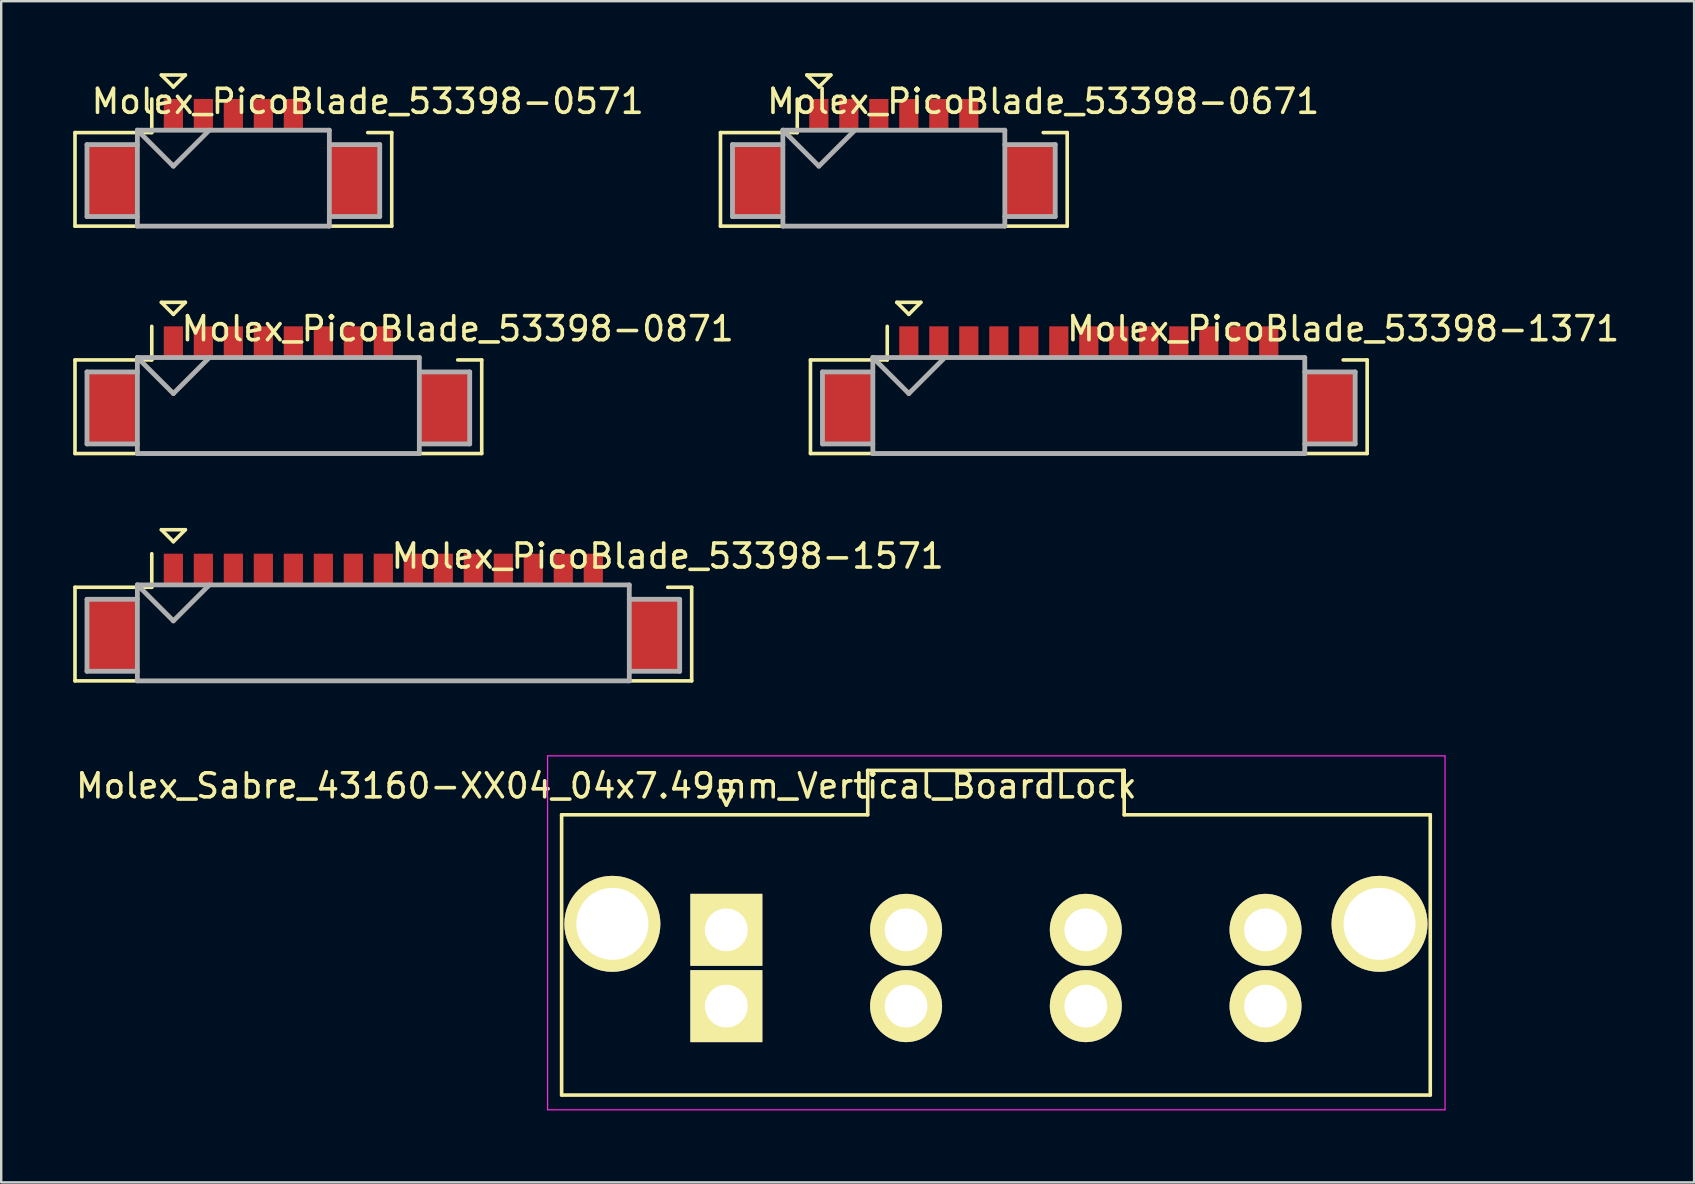
<source format=kicad_pcb>
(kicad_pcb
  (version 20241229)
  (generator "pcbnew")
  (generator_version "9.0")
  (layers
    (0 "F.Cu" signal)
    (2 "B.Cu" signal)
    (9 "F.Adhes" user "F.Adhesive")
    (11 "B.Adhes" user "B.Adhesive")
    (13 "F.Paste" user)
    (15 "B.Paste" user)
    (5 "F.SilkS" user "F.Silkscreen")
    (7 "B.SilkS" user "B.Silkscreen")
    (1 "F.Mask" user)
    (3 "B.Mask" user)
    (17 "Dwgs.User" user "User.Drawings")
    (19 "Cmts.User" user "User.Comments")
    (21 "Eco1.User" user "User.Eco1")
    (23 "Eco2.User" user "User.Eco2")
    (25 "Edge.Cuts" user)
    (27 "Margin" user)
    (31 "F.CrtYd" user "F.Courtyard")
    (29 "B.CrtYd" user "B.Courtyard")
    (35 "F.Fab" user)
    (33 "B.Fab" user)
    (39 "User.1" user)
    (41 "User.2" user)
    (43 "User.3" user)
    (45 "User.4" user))
  (footprint "Molex_PicoBlade_53398-0871"
    (layer "F.Cu")
    (at 8.55 13.95)
    (property "Reference" "Molex_PicoBlade_53398-0871" (at 7.475 -3.3 0) (layer "F.SilkS") (effects (font (size 1 1) (thickness 0.15))))
    (attr smd)
    (fp_line (start -8.475 -2) (end -8.475 1.9) (stroke (width 0.15) (type solid)) (layer "F.SilkS"))
    (fp_line (start -8.475 1.9) (end 8.475 1.9) (stroke (width 0.15) (type solid)) (layer "F.SilkS"))
    (fp_line (start -5.275 -3.4) (end -5.275 -2) (stroke (width 0.15) (type solid)) (layer "F.SilkS"))
    (fp_line (start -5.275 -2) (end -8.475 -2) (stroke (width 0.15) (type solid)) (layer "F.SilkS"))
    (fp_line (start -4.875 -4.4) (end -3.875 -4.4) (stroke (width 0.15) (type solid)) (layer "F.SilkS"))
    (fp_line (start -4.375 -3.9) (end -4.875 -4.4) (stroke (width 0.15) (type solid)) (layer "F.SilkS"))
    (fp_line (start -3.875 -4.4) (end -4.375 -3.9) (stroke (width 0.15) (type solid)) (layer "F.SilkS"))
    (fp_line (start 8.475 -2) (end 7.475 -2) (stroke (width 0.15) (type solid)) (layer "F.SilkS"))
    (fp_line (start 8.475 1.9) (end 8.475 -2) (stroke (width 0.15) (type solid)) (layer "F.SilkS"))
    (fp_line (start -7.975 -1.5) (end -7.975 1.5) (stroke (width 0.2) (type solid)) (layer "F.Fab"))
    (fp_line (start -7.975 1.5) (end -5.875 1.5) (stroke (width 0.2) (type solid)) (layer "F.Fab"))
    (fp_line (start -5.875 -2.1) (end -5.875 1.9) (stroke (width 0.2) (type solid)) (layer "F.Fab"))
    (fp_line (start -5.875 -2.1) (end -4.375 -0.6) (stroke (width 0.2) (type solid)) (layer "F.Fab"))
    (fp_line (start -5.875 -1.5) (end -7.975 -1.5) (stroke (width 0.2) (type solid)) (layer "F.Fab"))
    (fp_line (start -5.875 1.9) (end 5.875 1.9) (stroke (width 0.2) (type solid)) (layer "F.Fab"))
    (fp_line (start -4.375 -0.6) (end -2.875 -2.1) (stroke (width 0.2) (type solid)) (layer "F.Fab"))
    (fp_line (start 5.875 -2.1) (end -5.875 -2.1) (stroke (width 0.2) (type solid)) (layer "F.Fab"))
    (fp_line (start 5.875 -1.5) (end 7.975 -1.5) (stroke (width 0.2) (type solid)) (layer "F.Fab"))
    (fp_line (start 5.875 1.9) (end 5.875 -2.1) (stroke (width 0.2) (type solid)) (layer "F.Fab"))
    (fp_line (start 7.975 -1.5) (end 7.975 1.5) (stroke (width 0.2) (type solid)) (layer "F.Fab"))
    (fp_line (start 7.975 1.5) (end 5.875 1.5) (stroke (width 0.2) (type solid)) (layer "F.Fab"))
    (pad "" smd rect (at -6.925 0) (size 2.1 3) (layers "F.Cu" "F.Mask" "F.Paste"))
    (pad "" smd rect (at 6.925 0) (size 2.1 3) (layers "F.Cu" "F.Mask" "F.Paste"))
    (pad "1" smd rect (at -4.375 -2.75) (size 0.8 1.3) (layers "F.Cu" "F.Mask" "F.Paste"))
    (pad "2" smd rect (at -3.125 -2.75) (size 0.8 1.3) (layers "F.Cu" "F.Mask" "F.Paste"))
    (pad "3" smd rect (at -1.875 -2.75) (size 0.8 1.3) (layers "F.Cu" "F.Mask" "F.Paste"))
    (pad "4" smd rect (at -0.625 -2.75) (size 0.8 1.3) (layers "F.Cu" "F.Mask" "F.Paste"))
    (pad "5" smd rect (at 0.625 -2.75) (size 0.8 1.3) (layers "F.Cu" "F.Mask" "F.Paste"))
    (pad "6" smd rect (at 1.875 -2.75) (size 0.8 1.3) (layers "F.Cu" "F.Mask" "F.Paste"))
    (pad "7" smd rect (at 3.125 -2.75) (size 0.8 1.3) (layers "F.Cu" "F.Mask" "F.Paste"))
    (pad "8" smd rect (at 4.375 -2.75) (size 0.8 1.3) (layers "F.Cu" "F.Mask" "F.Paste")))
  (footprint "Molex_PicoBlade_53398-1371"
    (layer "F.Cu")
    (at 42.325 13.95)
    (property "Reference" "Molex_PicoBlade_53398-1371" (at 10.6 -3.3 0) (layer "F.SilkS") (effects (font (size 1 1) (thickness 0.15))))
    (attr smd)
    (fp_line (start -11.6 -2) (end -11.6 1.9) (stroke (width 0.15) (type solid)) (layer "F.SilkS"))
    (fp_line (start -11.6 1.9) (end 11.6 1.9) (stroke (width 0.15) (type solid)) (layer "F.SilkS"))
    (fp_line (start -8.4 -3.4) (end -8.4 -2) (stroke (width 0.15) (type solid)) (layer "F.SilkS"))
    (fp_line (start -8.4 -2) (end -11.6 -2) (stroke (width 0.15) (type solid)) (layer "F.SilkS"))
    (fp_line (start -8 -4.4) (end -7 -4.4) (stroke (width 0.15) (type solid)) (layer "F.SilkS"))
    (fp_line (start -7.5 -3.9) (end -8 -4.4) (stroke (width 0.15) (type solid)) (layer "F.SilkS"))
    (fp_line (start -7 -4.4) (end -7.5 -3.9) (stroke (width 0.15) (type solid)) (layer "F.SilkS"))
    (fp_line (start 11.6 -2) (end 10.6 -2) (stroke (width 0.15) (type solid)) (layer "F.SilkS"))
    (fp_line (start 11.6 1.9) (end 11.6 -2) (stroke (width 0.15) (type solid)) (layer "F.SilkS"))
    (fp_line (start -11.1 -1.5) (end -11.1 1.5) (stroke (width 0.2) (type solid)) (layer "F.Fab"))
    (fp_line (start -11.1 1.5) (end -9 1.5) (stroke (width 0.2) (type solid)) (layer "F.Fab"))
    (fp_line (start -9 -2.1) (end -9 1.9) (stroke (width 0.2) (type solid)) (layer "F.Fab"))
    (fp_line (start -9 -2.1) (end -7.5 -0.6) (stroke (width 0.2) (type solid)) (layer "F.Fab"))
    (fp_line (start -9 -1.5) (end -11.1 -1.5) (stroke (width 0.2) (type solid)) (layer "F.Fab"))
    (fp_line (start -9 1.9) (end 9 1.9) (stroke (width 0.2) (type solid)) (layer "F.Fab"))
    (fp_line (start -7.5 -0.6) (end -6 -2.1) (stroke (width 0.2) (type solid)) (layer "F.Fab"))
    (fp_line (start 9 -2.1) (end -9 -2.1) (stroke (width 0.2) (type solid)) (layer "F.Fab"))
    (fp_line (start 9 -1.5) (end 11.1 -1.5) (stroke (width 0.2) (type solid)) (layer "F.Fab"))
    (fp_line (start 9 1.9) (end 9 -2.1) (stroke (width 0.2) (type solid)) (layer "F.Fab"))
    (fp_line (start 11.1 -1.5) (end 11.1 1.5) (stroke (width 0.2) (type solid)) (layer "F.Fab"))
    (fp_line (start 11.1 1.5) (end 9 1.5) (stroke (width 0.2) (type solid)) (layer "F.Fab"))
    (pad "" smd rect (at -10.05 0) (size 2.1 3) (layers "F.Cu" "F.Mask" "F.Paste"))
    (pad "" smd rect (at 10.05 0) (size 2.1 3) (layers "F.Cu" "F.Mask" "F.Paste"))
    (pad "1" smd rect (at -7.5 -2.75) (size 0.8 1.3) (layers "F.Cu" "F.Mask" "F.Paste"))
    (pad "2" smd rect (at -6.25 -2.75) (size 0.8 1.3) (layers "F.Cu" "F.Mask" "F.Paste"))
    (pad "3" smd rect (at -5 -2.75) (size 0.8 1.3) (layers "F.Cu" "F.Mask" "F.Paste"))
    (pad "4" smd rect (at -3.75 -2.75) (size 0.8 1.3) (layers "F.Cu" "F.Mask" "F.Paste"))
    (pad "5" smd rect (at -2.5 -2.75) (size 0.8 1.3) (layers "F.Cu" "F.Mask" "F.Paste"))
    (pad "6" smd rect (at -1.25 -2.75) (size 0.8 1.3) (layers "F.Cu" "F.Mask" "F.Paste"))
    (pad "7" smd rect (at 0 -2.75) (size 0.8 1.3) (layers "F.Cu" "F.Mask" "F.Paste"))
    (pad "8" smd rect (at 1.25 -2.75) (size 0.8 1.3) (layers "F.Cu" "F.Mask" "F.Paste"))
    (pad "9" smd rect (at 2.5 -2.75) (size 0.8 1.3) (layers "F.Cu" "F.Mask" "F.Paste"))
    (pad "10" smd rect (at 3.75 -2.75) (size 0.8 1.3) (layers "F.Cu" "F.Mask" "F.Paste"))
    (pad "11" smd rect (at 5 -2.75) (size 0.8 1.3) (layers "F.Cu" "F.Mask" "F.Paste"))
    (pad "12" smd rect (at 6.25 -2.75) (size 0.8 1.3) (layers "F.Cu" "F.Mask" "F.Paste"))
    (pad "13" smd rect (at 7.5 -2.75) (size 0.8 1.3) (layers "F.Cu" "F.Mask" "F.Paste")))
  (footprint "Molex_PicoBlade_53398-0571"
    (layer "F.Cu")
    (at 6.675 4.475)
    (property "Reference" "Molex_PicoBlade_53398-0571" (at 5.6 -3.3 0) (layer "F.SilkS") (effects (font (size 1 1) (thickness 0.15))))
    (attr smd)
    (fp_line (start -6.6 -2) (end -6.6 1.9) (stroke (width 0.15) (type solid)) (layer "F.SilkS"))
    (fp_line (start -6.6 1.9) (end 6.6 1.9) (stroke (width 0.15) (type solid)) (layer "F.SilkS"))
    (fp_line (start -3.4 -3.4) (end -3.4 -2) (stroke (width 0.15) (type solid)) (layer "F.SilkS"))
    (fp_line (start -3.4 -2) (end -6.6 -2) (stroke (width 0.15) (type solid)) (layer "F.SilkS"))
    (fp_line (start -3 -4.4) (end -2 -4.4) (stroke (width 0.15) (type solid)) (layer "F.SilkS"))
    (fp_line (start -2.5 -3.9) (end -3 -4.4) (stroke (width 0.15) (type solid)) (layer "F.SilkS"))
    (fp_line (start -2 -4.4) (end -2.5 -3.9) (stroke (width 0.15) (type solid)) (layer "F.SilkS"))
    (fp_line (start 6.6 -2) (end 5.6 -2) (stroke (width 0.15) (type solid)) (layer "F.SilkS"))
    (fp_line (start 6.6 1.9) (end 6.6 -2) (stroke (width 0.15) (type solid)) (layer "F.SilkS"))
    (fp_line (start -6.1 -1.5) (end -6.1 1.5) (stroke (width 0.2) (type solid)) (layer "F.Fab"))
    (fp_line (start -6.1 1.5) (end -4 1.5) (stroke (width 0.2) (type solid)) (layer "F.Fab"))
    (fp_line (start -4 -2.1) (end -4 1.9) (stroke (width 0.2) (type solid)) (layer "F.Fab"))
    (fp_line (start -4 -2.1) (end -2.5 -0.6) (stroke (width 0.2) (type solid)) (layer "F.Fab"))
    (fp_line (start -4 -1.5) (end -6.1 -1.5) (stroke (width 0.2) (type solid)) (layer "F.Fab"))
    (fp_line (start -4 1.9) (end 4 1.9) (stroke (width 0.2) (type solid)) (layer "F.Fab"))
    (fp_line (start -2.5 -0.6) (end -1 -2.1) (stroke (width 0.2) (type solid)) (layer "F.Fab"))
    (fp_line (start 4 -2.1) (end -4 -2.1) (stroke (width 0.2) (type solid)) (layer "F.Fab"))
    (fp_line (start 4 -1.5) (end 6.1 -1.5) (stroke (width 0.2) (type solid)) (layer "F.Fab"))
    (fp_line (start 4 1.9) (end 4 -2.1) (stroke (width 0.2) (type solid)) (layer "F.Fab"))
    (fp_line (start 6.1 -1.5) (end 6.1 1.5) (stroke (width 0.2) (type solid)) (layer "F.Fab"))
    (fp_line (start 6.1 1.5) (end 4 1.5) (stroke (width 0.2) (type solid)) (layer "F.Fab"))
    (pad "" smd rect (at -5.05 0) (size 2.1 3) (layers "F.Cu" "F.Mask" "F.Paste"))
    (pad "" smd rect (at 5.05 0) (size 2.1 3) (layers "F.Cu" "F.Mask" "F.Paste"))
    (pad "1" smd rect (at -2.5 -2.75) (size 0.8 1.3) (layers "F.Cu" "F.Mask" "F.Paste"))
    (pad "2" smd rect (at -1.25 -2.75) (size 0.8 1.3) (layers "F.Cu" "F.Mask" "F.Paste"))
    (pad "3" smd rect (at 0 -2.75) (size 0.8 1.3) (layers "F.Cu" "F.Mask" "F.Paste"))
    (pad "4" smd rect (at 1.25 -2.75) (size 0.8 1.3) (layers "F.Cu" "F.Mask" "F.Paste"))
    (pad "5" smd rect (at 2.5 -2.75) (size 0.8 1.3) (layers "F.Cu" "F.Mask" "F.Paste")))
  (footprint "Molex_PicoBlade_53398-1571"
    (layer "F.Cu")
    (at 12.925 23.425)
    (property "Reference" "Molex_PicoBlade_53398-1571" (at 11.85 -3.3 0) (layer "F.SilkS") (effects (font (size 1 1) (thickness 0.15))))
    (attr smd)
    (fp_line (start -12.85 -2) (end -12.85 1.9) (stroke (width 0.15) (type solid)) (layer "F.SilkS"))
    (fp_line (start -12.85 1.9) (end 12.85 1.9) (stroke (width 0.15) (type solid)) (layer "F.SilkS"))
    (fp_line (start -9.65 -3.4) (end -9.65 -2) (stroke (width 0.15) (type solid)) (layer "F.SilkS"))
    (fp_line (start -9.65 -2) (end -12.85 -2) (stroke (width 0.15) (type solid)) (layer "F.SilkS"))
    (fp_line (start -9.25 -4.4) (end -8.25 -4.4) (stroke (width 0.15) (type solid)) (layer "F.SilkS"))
    (fp_line (start -8.75 -3.9) (end -9.25 -4.4) (stroke (width 0.15) (type solid)) (layer "F.SilkS"))
    (fp_line (start -8.25 -4.4) (end -8.75 -3.9) (stroke (width 0.15) (type solid)) (layer "F.SilkS"))
    (fp_line (start 12.85 -2) (end 11.85 -2) (stroke (width 0.15) (type solid)) (layer "F.SilkS"))
    (fp_line (start 12.85 1.9) (end 12.85 -2) (stroke (width 0.15) (type solid)) (layer "F.SilkS"))
    (fp_line (start -12.35 -1.5) (end -12.35 1.5) (stroke (width 0.2) (type solid)) (layer "F.Fab"))
    (fp_line (start -12.35 1.5) (end -10.25 1.5) (stroke (width 0.2) (type solid)) (layer "F.Fab"))
    (fp_line (start -10.25 -2.1) (end -10.25 1.9) (stroke (width 0.2) (type solid)) (layer "F.Fab"))
    (fp_line (start -10.25 -2.1) (end -8.75 -0.6) (stroke (width 0.2) (type solid)) (layer "F.Fab"))
    (fp_line (start -10.25 -1.5) (end -12.35 -1.5) (stroke (width 0.2) (type solid)) (layer "F.Fab"))
    (fp_line (start -10.25 1.9) (end 10.25 1.9) (stroke (width 0.2) (type solid)) (layer "F.Fab"))
    (fp_line (start -8.75 -0.6) (end -7.25 -2.1) (stroke (width 0.2) (type solid)) (layer "F.Fab"))
    (fp_line (start 10.25 -2.1) (end -10.25 -2.1) (stroke (width 0.2) (type solid)) (layer "F.Fab"))
    (fp_line (start 10.25 -1.5) (end 12.35 -1.5) (stroke (width 0.2) (type solid)) (layer "F.Fab"))
    (fp_line (start 10.25 1.9) (end 10.25 -2.1) (stroke (width 0.2) (type solid)) (layer "F.Fab"))
    (fp_line (start 12.35 -1.5) (end 12.35 1.5) (stroke (width 0.2) (type solid)) (layer "F.Fab"))
    (fp_line (start 12.35 1.5) (end 10.25 1.5) (stroke (width 0.2) (type solid)) (layer "F.Fab"))
    (pad "" smd rect (at -11.3 0) (size 2.1 3) (layers "F.Cu" "F.Mask" "F.Paste"))
    (pad "" smd rect (at 11.3 0) (size 2.1 3) (layers "F.Cu" "F.Mask" "F.Paste"))
    (pad "1" smd rect (at -8.75 -2.75) (size 0.8 1.3) (layers "F.Cu" "F.Mask" "F.Paste"))
    (pad "2" smd rect (at -7.5 -2.75) (size 0.8 1.3) (layers "F.Cu" "F.Mask" "F.Paste"))
    (pad "3" smd rect (at -6.25 -2.75) (size 0.8 1.3) (layers "F.Cu" "F.Mask" "F.Paste"))
    (pad "4" smd rect (at -5 -2.75) (size 0.8 1.3) (layers "F.Cu" "F.Mask" "F.Paste"))
    (pad "5" smd rect (at -3.75 -2.75) (size 0.8 1.3) (layers "F.Cu" "F.Mask" "F.Paste"))
    (pad "6" smd rect (at -2.5 -2.75) (size 0.8 1.3) (layers "F.Cu" "F.Mask" "F.Paste"))
    (pad "7" smd rect (at -1.25 -2.75) (size 0.8 1.3) (layers "F.Cu" "F.Mask" "F.Paste"))
    (pad "8" smd rect (at 0 -2.75) (size 0.8 1.3) (layers "F.Cu" "F.Mask" "F.Paste"))
    (pad "9" smd rect (at 1.25 -2.75) (size 0.8 1.3) (layers "F.Cu" "F.Mask" "F.Paste"))
    (pad "10" smd rect (at 2.5 -2.75) (size 0.8 1.3) (layers "F.Cu" "F.Mask" "F.Paste"))
    (pad "11" smd rect (at 3.75 -2.75) (size 0.8 1.3) (layers "F.Cu" "F.Mask" "F.Paste"))
    (pad "12" smd rect (at 5 -2.75) (size 0.8 1.3) (layers "F.Cu" "F.Mask" "F.Paste"))
    (pad "13" smd rect (at 6.25 -2.75) (size 0.8 1.3) (layers "F.Cu" "F.Mask" "F.Paste"))
    (pad "14" smd rect (at 7.5 -2.75) (size 0.8 1.3) (layers "F.Cu" "F.Mask" "F.Paste"))
    (pad "15" smd rect (at 8.75 -2.75) (size 0.8 1.3) (layers "F.Cu" "F.Mask" "F.Paste")))
  (footprint "Molex_Sabre_43160-XX04_04x7.49mm_Vertical_BoardLock"
    (layer "F.Cu")
    (at 27.22 35.7)
    (property "Reference" "Molex_Sabre_43160-XX04_04x7.49mm_Vertical_BoardLock" (at -5 -6 0) (layer "F.SilkS") (effects (font (size 1 1) (thickness 0.15))))
    (attr through_hole)
    (fp_line (start -6.865 -4.795) (end 5.89 -4.795) (stroke (width 0.15) (type solid)) (layer "F.SilkS"))
    (fp_line (start -6.865 6.885) (end -6.865 -4.795) (stroke (width 0.15) (type solid)) (layer "F.SilkS"))
    (fp_line (start -0.3 -5.8) (end 0 -5.2) (stroke (width 0.15) (type solid)) (layer "F.SilkS"))
    (fp_line (start 0 -5.2) (end 0.3 -5.8) (stroke (width 0.15) (type solid)) (layer "F.SilkS"))
    (fp_line (start 0.3 -5.8) (end -0.3 -5.8) (stroke (width 0.15) (type solid)) (layer "F.SilkS"))
    (fp_line (start 5.89 -6.645) (end 16.58 -6.645) (stroke (width 0.15) (type solid)) (layer "F.SilkS"))
    (fp_line (start 5.89 -4.795) (end 5.89 -6.645) (stroke (width 0.15) (type solid)) (layer "F.SilkS"))
    (fp_line (start 16.58 -6.645) (end 16.58 -4.795) (stroke (width 0.15) (type solid)) (layer "F.SilkS"))
    (fp_line (start 16.58 -4.795) (end 29.335 -4.795) (stroke (width 0.15) (type solid)) (layer "F.SilkS"))
    (fp_line (start 29.335 -4.795) (end 29.335 6.885) (stroke (width 0.15) (type solid)) (layer "F.SilkS"))
    (fp_line (start 29.335 6.885) (end -6.865 6.885) (stroke (width 0.15) (type solid)) (layer "F.SilkS"))
    (fp_line (start -7.45 -7.25) (end -7.45 7.5) (stroke (width 0.05) (type solid)) (layer "F.CrtYd"))
    (fp_line (start -7.45 7.5) (end 29.95 7.5) (stroke (width 0.05) (type solid)) (layer "F.CrtYd"))
    (fp_line (start 29.95 -7.25) (end -7.45 -7.25) (stroke (width 0.05) (type solid)) (layer "F.CrtYd"))
    (fp_line (start 29.95 7.5) (end 29.95 -7.25) (stroke (width 0.05) (type solid)) (layer "F.CrtYd"))
    (pad "" thru_hole circle (at -4.75 -0.25) (size 4 4) (drill 3) (layers "*.Cu" "*.Mask" "F.SilkS"))
    (pad "" thru_hole circle (at 27.22 -0.25) (size 4 4) (drill 3) (layers "*.Cu" "*.Mask" "F.SilkS"))
    (pad "1" thru_hole rect (at 0 0) (size 3 3) (drill 1.78) (layers "*.Cu" "*.Mask" "F.SilkS"))
    (pad "1" thru_hole rect (at 0 3.18) (size 3 3) (drill 1.78) (layers "*.Cu" "*.Mask" "F.SilkS"))
    (pad "2" thru_hole circle (at 7.49 0) (size 3 3) (drill 1.78) (layers "*.Cu" "*.Mask" "F.SilkS"))
    (pad "2" thru_hole circle (at 7.49 3.18) (size 3 3) (drill 1.78) (layers "*.Cu" "*.Mask" "F.SilkS"))
    (pad "3" thru_hole circle (at 14.98 0) (size 3 3) (drill 1.78) (layers "*.Cu" "*.Mask" "F.SilkS"))
    (pad "3" thru_hole circle (at 14.98 3.18) (size 3 3) (drill 1.78) (layers "*.Cu" "*.Mask" "F.SilkS"))
    (pad "4" thru_hole circle (at 22.47 0) (size 3 3) (drill 1.78) (layers "*.Cu" "*.Mask" "F.SilkS"))
    (pad "4" thru_hole circle (at 22.47 3.18) (size 3 3) (drill 1.78) (layers "*.Cu" "*.Mask" "F.SilkS")))
  (footprint "Molex_PicoBlade_53398-0671"
    (layer "F.Cu")
    (at 34.2 4.475)
    (property "Reference" "Molex_PicoBlade_53398-0671" (at 6.225 -3.3 0) (layer "F.SilkS") (effects (font (size 1 1) (thickness 0.15))))
    (attr smd)
    (fp_line (start -7.225 -2) (end -7.225 1.9) (stroke (width 0.15) (type solid)) (layer "F.SilkS"))
    (fp_line (start -7.225 1.9) (end 7.225 1.9) (stroke (width 0.15) (type solid)) (layer "F.SilkS"))
    (fp_line (start -4.025 -3.4) (end -4.025 -2) (stroke (width 0.15) (type solid)) (layer "F.SilkS"))
    (fp_line (start -4.025 -2) (end -7.225 -2) (stroke (width 0.15) (type solid)) (layer "F.SilkS"))
    (fp_line (start -3.625 -4.4) (end -2.625 -4.4) (stroke (width 0.15) (type solid)) (layer "F.SilkS"))
    (fp_line (start -3.125 -3.9) (end -3.625 -4.4) (stroke (width 0.15) (type solid)) (layer "F.SilkS"))
    (fp_line (start -2.625 -4.4) (end -3.125 -3.9) (stroke (width 0.15) (type solid)) (layer "F.SilkS"))
    (fp_line (start 7.225 -2) (end 6.225 -2) (stroke (width 0.15) (type solid)) (layer "F.SilkS"))
    (fp_line (start 7.225 1.9) (end 7.225 -2) (stroke (width 0.15) (type solid)) (layer "F.SilkS"))
    (fp_line (start -6.725 -1.5) (end -6.725 1.5) (stroke (width 0.2) (type solid)) (layer "F.Fab"))
    (fp_line (start -6.725 1.5) (end -4.625 1.5) (stroke (width 0.2) (type solid)) (layer "F.Fab"))
    (fp_line (start -4.625 -2.1) (end -4.625 1.9) (stroke (width 0.2) (type solid)) (layer "F.Fab"))
    (fp_line (start -4.625 -2.1) (end -3.125 -0.6) (stroke (width 0.2) (type solid)) (layer "F.Fab"))
    (fp_line (start -4.625 -1.5) (end -6.725 -1.5) (stroke (width 0.2) (type solid)) (layer "F.Fab"))
    (fp_line (start -4.625 1.9) (end 4.625 1.9) (stroke (width 0.2) (type solid)) (layer "F.Fab"))
    (fp_line (start -3.125 -0.6) (end -1.625 -2.1) (stroke (width 0.2) (type solid)) (layer "F.Fab"))
    (fp_line (start 4.625 -2.1) (end -4.625 -2.1) (stroke (width 0.2) (type solid)) (layer "F.Fab"))
    (fp_line (start 4.625 -1.5) (end 6.725 -1.5) (stroke (width 0.2) (type solid)) (layer "F.Fab"))
    (fp_line (start 4.625 1.9) (end 4.625 -2.1) (stroke (width 0.2) (type solid)) (layer "F.Fab"))
    (fp_line (start 6.725 -1.5) (end 6.725 1.5) (stroke (width 0.2) (type solid)) (layer "F.Fab"))
    (fp_line (start 6.725 1.5) (end 4.625 1.5) (stroke (width 0.2) (type solid)) (layer "F.Fab"))
    (pad "" smd rect (at -5.675 0) (size 2.1 3) (layers "F.Cu" "F.Mask" "F.Paste"))
    (pad "" smd rect (at 5.675 0) (size 2.1 3) (layers "F.Cu" "F.Mask" "F.Paste"))
    (pad "1" smd rect (at -3.125 -2.75) (size 0.8 1.3) (layers "F.Cu" "F.Mask" "F.Paste"))
    (pad "2" smd rect (at -1.875 -2.75) (size 0.8 1.3) (layers "F.Cu" "F.Mask" "F.Paste"))
    (pad "3" smd rect (at -0.625 -2.75) (size 0.8 1.3) (layers "F.Cu" "F.Mask" "F.Paste"))
    (pad "4" smd rect (at 0.625 -2.75) (size 0.8 1.3) (layers "F.Cu" "F.Mask" "F.Paste"))
    (pad "5" smd rect (at 1.875 -2.75) (size 0.8 1.3) (layers "F.Cu" "F.Mask" "F.Paste"))
    (pad "6" smd rect (at 3.125 -2.75) (size 0.8 1.3) (layers "F.Cu" "F.Mask" "F.Paste")))
  (gr_rect
    (start -3 -3)
    (end 67.55 46.225)
    (stroke (width 0.1) (type default))
    (fill no)
    (layer "Edge.Cuts")))
</source>
